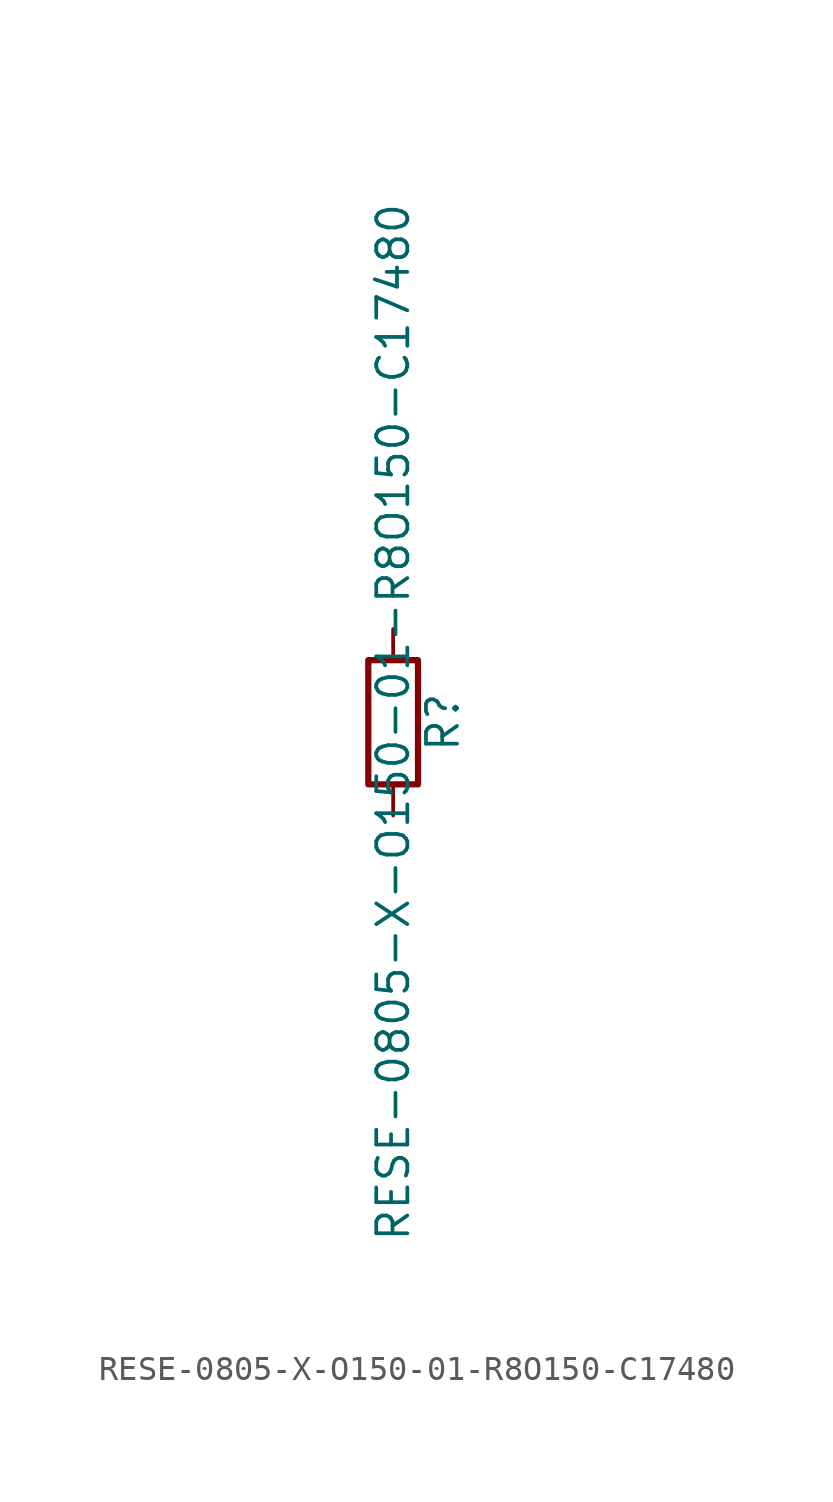
<source format=kicad_sym>
(kicad_symbol_lib
  (version 20211014)
  (generator kicad_symbol_editor)
  (symbol "RESE-0805-X-O150-01-R8O150-C17480"
    (pin_numbers hide)
    (pin_names
      (offset 0))
    (property "Reference" "R"
      (at 2.032 0 90)
      (effects (font (size 1.27 1.27))))
    (property "Value" "RESE-0805-X-O150-01-R8O150-C17480"
      (at 0 0 90)
      (effects (font (size 1.27 1.27))))
    (symbol "RESE-0805-X-O150-01-R8O150-C17480_0_1"
      (rectangle (start -1.016 -2.54) (end 1.016 2.54) (stroke (width 0.254) (type default) (color 0 0 0 0)) (fill (type none))))
    (symbol "RESE-0805-X-O150-01-R8O150-C17480_1_1"
      (pin passive line (at 0 3.81 270) (length 1.27) (name "~" (effects (font (size 1.27 1.27)))) (number "1" (effects (font (size 1.27 1.27)))))
      (pin passive line (at 0 -3.81 90) (length 1.27) (name "~" (effects (font (size 1.27 1.27)))) (number "2" (effects (font (size 1.27 1.27))))))))
</source>
